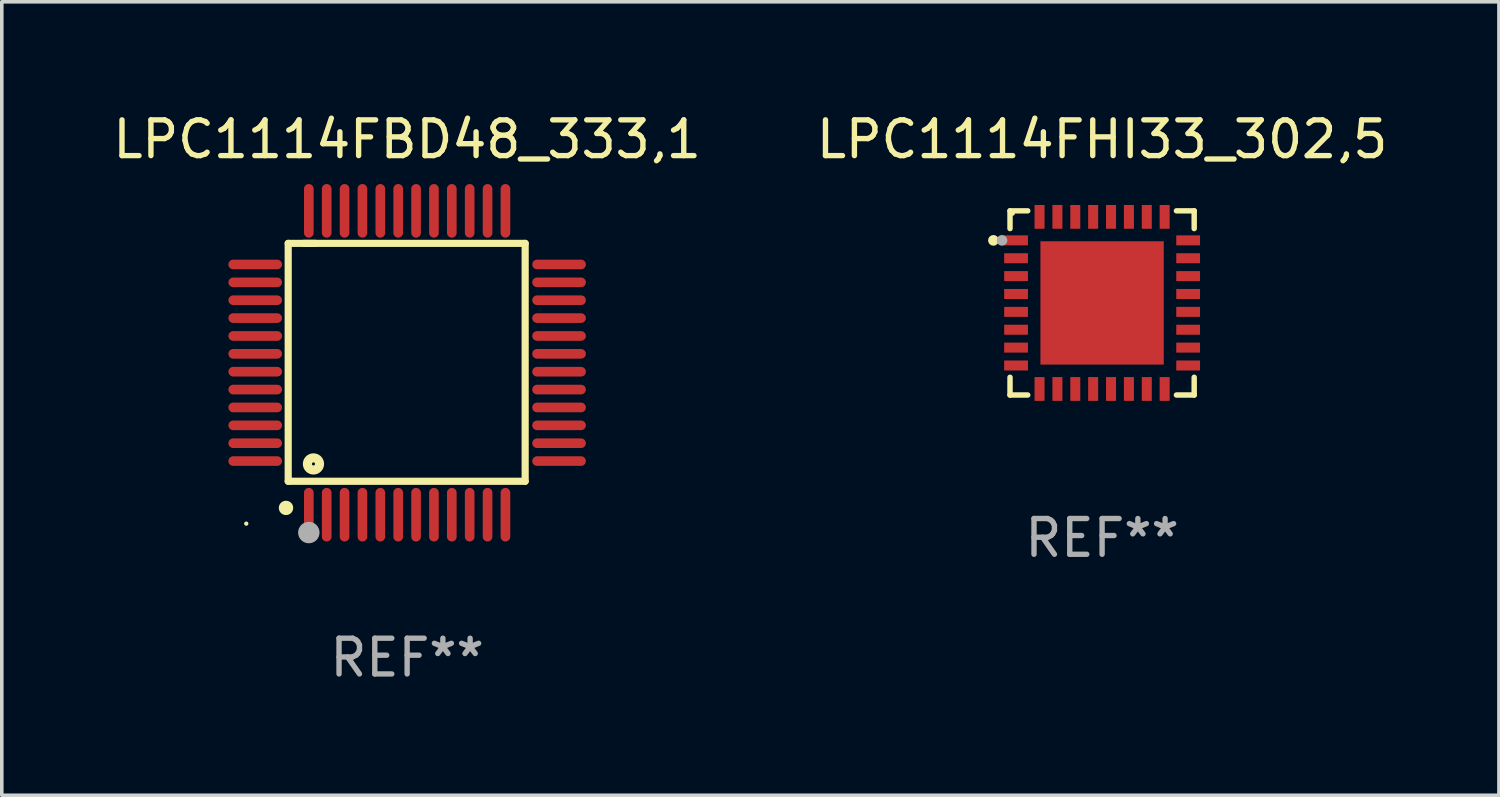
<source format=kicad_pcb>
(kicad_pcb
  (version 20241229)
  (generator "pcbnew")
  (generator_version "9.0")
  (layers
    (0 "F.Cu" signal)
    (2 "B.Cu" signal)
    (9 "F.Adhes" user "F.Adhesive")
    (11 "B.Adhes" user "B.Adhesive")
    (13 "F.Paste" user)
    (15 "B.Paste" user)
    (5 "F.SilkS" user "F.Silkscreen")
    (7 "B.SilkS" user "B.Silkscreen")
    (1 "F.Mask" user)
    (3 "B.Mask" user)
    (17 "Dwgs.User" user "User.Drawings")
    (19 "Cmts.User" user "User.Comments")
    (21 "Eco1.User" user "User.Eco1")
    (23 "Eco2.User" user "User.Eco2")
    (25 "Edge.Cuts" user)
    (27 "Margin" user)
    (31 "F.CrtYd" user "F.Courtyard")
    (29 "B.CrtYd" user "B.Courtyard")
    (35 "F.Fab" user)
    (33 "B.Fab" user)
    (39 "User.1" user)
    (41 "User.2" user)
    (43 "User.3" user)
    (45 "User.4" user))
  (footprint "LPC1114FBD48_333,1"
    (layer "F.Cu")
    (at 8.339 7.098)
    (property "Reference" "LPC1114FBD48_333,1" (at 0 -6.25 0) (layer "F.SilkS") (effects (font (size 1 1) (thickness 0.15))))
    (attr through_hole)
    (fp_line (start -3.327 -3.34) (end -2.565 -3.34) (stroke (width 0.2) (type solid)) (layer "F.SilkS"))
    (fp_line (start -3.327 3.315) (end -3.327 -3.34) (stroke (width 0.2) (type solid)) (layer "F.SilkS"))
    (fp_line (start -2.896 -3.34) (end 3.302 -3.34) (stroke (width 0.2) (type solid)) (layer "F.SilkS"))
    (fp_line (start 3.302 -3.34) (end 3.302 3.315) (stroke (width 0.2) (type solid)) (layer "F.SilkS"))
    (fp_line (start 3.302 3.315) (end -3.327 3.315) (stroke (width 0.2) (type solid)) (layer "F.SilkS"))
    (fp_arc (start -3.389992 4.059995) (mid -3.388722 4.059991) (end -3.387452 4.059995) (stroke (width 0.4) (type solid)) (layer "F.SilkS"))
    (fp_circle (center -4.5 4.5) (end -4.47 4.5) (stroke (width 0.06) (type solid)) (fill no) (layer "F.SilkS"))
    (fp_circle (center -2.62 2.83) (end -2.45 2.83) (stroke (width 0.254) (type solid)) (fill no) (layer "F.SilkS"))
    (fp_circle (center -2.75 4.75) (end -2.6 4.75) (stroke (width 0.3) (type solid)) (fill no) (layer "F.Fab"))
    (fp_text user "REF**" (at 0 8.25 0) (layer "F.Fab") (effects (font (size 1 1) (thickness 0.15))))
    (pad "1" smd oval (at -2.75 4.25) (size 0.27 1.5) (layers "F.Cu" "F.Mask" "F.Paste"))
    (pad "2" smd oval (at -2.25 4.25) (size 0.27 1.5) (layers "F.Cu" "F.Mask" "F.Paste"))
    (pad "3" smd oval (at -1.75 4.25) (size 0.27 1.5) (layers "F.Cu" "F.Mask" "F.Paste"))
    (pad "4" smd oval (at -1.25 4.25) (size 0.27 1.5) (layers "F.Cu" "F.Mask" "F.Paste"))
    (pad "5" smd oval (at -0.75 4.25) (size 0.27 1.5) (layers "F.Cu" "F.Mask" "F.Paste"))
    (pad "6" smd oval (at -0.25 4.25) (size 0.27 1.5) (layers "F.Cu" "F.Mask" "F.Paste"))
    (pad "7" smd oval (at 0.25 4.25) (size 0.27 1.5) (layers "F.Cu" "F.Mask" "F.Paste"))
    (pad "8" smd oval (at 0.75 4.25) (size 0.27 1.5) (layers "F.Cu" "F.Mask" "F.Paste"))
    (pad "9" smd oval (at 1.25 4.25) (size 0.27 1.5) (layers "F.Cu" "F.Mask" "F.Paste"))
    (pad "10" smd oval (at 1.75 4.25) (size 0.27 1.5) (layers "F.Cu" "F.Mask" "F.Paste"))
    (pad "11" smd oval (at 2.25 4.25) (size 0.27 1.5) (layers "F.Cu" "F.Mask" "F.Paste"))
    (pad "12" smd oval (at 2.75 4.25) (size 0.27 1.5) (layers "F.Cu" "F.Mask" "F.Paste"))
    (pad "13" smd oval (at 4.25 2.75) (size 1.5 0.27) (layers "F.Cu" "F.Mask" "F.Paste"))
    (pad "14" smd oval (at 4.25 2.25) (size 1.5 0.27) (layers "F.Cu" "F.Mask" "F.Paste"))
    (pad "15" smd oval (at 4.25 1.75) (size 1.5 0.27) (layers "F.Cu" "F.Mask" "F.Paste"))
    (pad "16" smd oval (at 4.25 1.25) (size 1.5 0.27) (layers "F.Cu" "F.Mask" "F.Paste"))
    (pad "17" smd oval (at 4.25 0.75) (size 1.5 0.27) (layers "F.Cu" "F.Mask" "F.Paste"))
    (pad "18" smd oval (at 4.25 0.25) (size 1.5 0.27) (layers "F.Cu" "F.Mask" "F.Paste"))
    (pad "19" smd oval (at 4.25 -0.25) (size 1.5 0.27) (layers "F.Cu" "F.Mask" "F.Paste"))
    (pad "20" smd oval (at 4.25 -0.75) (size 1.5 0.27) (layers "F.Cu" "F.Mask" "F.Paste"))
    (pad "21" smd oval (at 4.25 -1.25) (size 1.5 0.27) (layers "F.Cu" "F.Mask" "F.Paste"))
    (pad "22" smd oval (at 4.25 -1.75) (size 1.5 0.27) (layers "F.Cu" "F.Mask" "F.Paste"))
    (pad "23" smd oval (at 4.25 -2.25) (size 1.5 0.27) (layers "F.Cu" "F.Mask" "F.Paste"))
    (pad "24" smd oval (at 4.25 -2.75) (size 1.5 0.27) (layers "F.Cu" "F.Mask" "F.Paste"))
    (pad "25" smd oval (at 2.75 -4.25) (size 0.27 1.5) (layers "F.Cu" "F.Mask" "F.Paste"))
    (pad "26" smd oval (at 2.25 -4.25) (size 0.27 1.5) (layers "F.Cu" "F.Mask" "F.Paste"))
    (pad "27" smd oval (at 1.75 -4.25) (size 0.27 1.5) (layers "F.Cu" "F.Mask" "F.Paste"))
    (pad "28" smd oval (at 1.25 -4.25) (size 0.27 1.5) (layers "F.Cu" "F.Mask" "F.Paste"))
    (pad "29" smd oval (at 0.75 -4.25) (size 0.27 1.5) (layers "F.Cu" "F.Mask" "F.Paste"))
    (pad "30" smd oval (at 0.25 -4.25) (size 0.27 1.5) (layers "F.Cu" "F.Mask" "F.Paste"))
    (pad "31" smd oval (at -0.25 -4.25) (size 0.27 1.5) (layers "F.Cu" "F.Mask" "F.Paste"))
    (pad "32" smd oval (at -0.75 -4.25) (size 0.27 1.5) (layers "F.Cu" "F.Mask" "F.Paste"))
    (pad "33" smd oval (at -1.25 -4.25) (size 0.27 1.5) (layers "F.Cu" "F.Mask" "F.Paste"))
    (pad "34" smd oval (at -1.75 -4.25) (size 0.27 1.5) (layers "F.Cu" "F.Mask" "F.Paste"))
    (pad "35" smd oval (at -2.25 -4.25) (size 0.27 1.5) (layers "F.Cu" "F.Mask" "F.Paste"))
    (pad "36" smd oval (at -2.75 -4.25) (size 0.27 1.5) (layers "F.Cu" "F.Mask" "F.Paste"))
    (pad "37" smd oval (at -4.25 -2.75) (size 1.5 0.27) (layers "F.Cu" "F.Mask" "F.Paste"))
    (pad "38" smd oval (at -4.25 -2.25) (size 1.5 0.27) (layers "F.Cu" "F.Mask" "F.Paste"))
    (pad "39" smd oval (at -4.25 -1.75) (size 1.5 0.27) (layers "F.Cu" "F.Mask" "F.Paste"))
    (pad "40" smd oval (at -4.25 -1.25) (size 1.5 0.27) (layers "F.Cu" "F.Mask" "F.Paste"))
    (pad "41" smd oval (at -4.25 -0.75) (size 1.5 0.27) (layers "F.Cu" "F.Mask" "F.Paste"))
    (pad "42" smd oval (at -4.25 -0.25) (size 1.5 0.27) (layers "F.Cu" "F.Mask" "F.Paste"))
    (pad "43" smd oval (at -4.25 0.25) (size 1.5 0.27) (layers "F.Cu" "F.Mask" "F.Paste"))
    (pad "44" smd oval (at -4.25 0.75) (size 1.5 0.27) (layers "F.Cu" "F.Mask" "F.Paste"))
    (pad "45" smd oval (at -4.25 1.25) (size 1.5 0.27) (layers "F.Cu" "F.Mask" "F.Paste"))
    (pad "46" smd oval (at -4.25 1.75) (size 1.5 0.27) (layers "F.Cu" "F.Mask" "F.Paste"))
    (pad "47" smd oval (at -4.25 2.25) (size 1.5 0.27) (layers "F.Cu" "F.Mask" "F.Paste"))
    (pad "48" smd oval (at -4.25 2.75) (size 1.5 0.27) (layers "F.Cu" "F.Mask" "F.Paste")))
  (footprint "LPC1114FHI33_302,5"
    (layer "F.Cu")
    (at 27.78 5.424)
    (property "Reference" "LPC1114FHI33_302,5" (at 0 -4.576 0) (layer "F.SilkS") (effects (font (size 1 1) (thickness 0.15))))
    (attr through_hole)
    (fp_line (start -2.576 -2.576) (end -2.576 -2.08) (stroke (width 0.152) (type solid)) (layer "F.SilkS"))
    (fp_line (start -2.576 2.576) (end -2.576 2.08) (stroke (width 0.152) (type solid)) (layer "F.SilkS"))
    (fp_line (start -2.08 -2.576) (end -2.576 -2.576) (stroke (width 0.152) (type solid)) (layer "F.SilkS"))
    (fp_line (start -2.08 2.576) (end -2.576 2.576) (stroke (width 0.152) (type solid)) (layer "F.SilkS"))
    (fp_line (start 2.08 -2.576) (end 2.576 -2.576) (stroke (width 0.152) (type solid)) (layer "F.SilkS"))
    (fp_line (start 2.08 2.576) (end 2.576 2.576) (stroke (width 0.152) (type solid)) (layer "F.SilkS"))
    (fp_line (start 2.576 -2.576) (end 2.576 -2.08) (stroke (width 0.152) (type solid)) (layer "F.SilkS"))
    (fp_line (start 2.576 2.576) (end 2.576 2.08) (stroke (width 0.152) (type solid)) (layer "F.SilkS"))
    (fp_circle (center -3.04 -1.75) (end -2.965 -1.75) (stroke (width 0.15) (type solid)) (fill no) (layer "F.SilkS"))
    (fp_circle (center -2.5 -2.5) (end -2.47 -2.5) (stroke (width 0.06) (type solid)) (fill no) (layer "F.SilkS"))
    (fp_circle (center -2.8 -1.75) (end -2.725 -1.75) (stroke (width 0.15) (type solid)) (fill no) (layer "F.Fab"))
    (fp_text user "REF**" (at 0 6.576 0) (layer "F.Fab") (effects (font (size 1 1) (thickness 0.15))))
    (pad "1" smd rect (at -2.407 -1.75) (size 0.665 0.28) (layers "F.Cu" "F.Mask" "F.Paste"))
    (pad "2" smd rect (at -2.407 -1.25) (size 0.665 0.28) (layers "F.Cu" "F.Mask" "F.Paste"))
    (pad "3" smd rect (at -2.407 -0.75) (size 0.665 0.28) (layers "F.Cu" "F.Mask" "F.Paste"))
    (pad "4" smd rect (at -2.407 -0.25) (size 0.665 0.28) (layers "F.Cu" "F.Mask" "F.Paste"))
    (pad "5" smd rect (at -2.407 0.25) (size 0.665 0.28) (layers "F.Cu" "F.Mask" "F.Paste"))
    (pad "6" smd rect (at -2.407 0.75) (size 0.665 0.28) (layers "F.Cu" "F.Mask" "F.Paste"))
    (pad "7" smd rect (at -2.407 1.25) (size 0.665 0.28) (layers "F.Cu" "F.Mask" "F.Paste"))
    (pad "8" smd rect (at -2.407 1.75) (size 0.665 0.28) (layers "F.Cu" "F.Mask" "F.Paste"))
    (pad "9" smd rect (at -1.75 2.407) (size 0.28 0.665) (layers "F.Cu" "F.Mask" "F.Paste"))
    (pad "10" smd rect (at -1.25 2.407) (size 0.28 0.665) (layers "F.Cu" "F.Mask" "F.Paste"))
    (pad "11" smd rect (at -0.75 2.407) (size 0.28 0.665) (layers "F.Cu" "F.Mask" "F.Paste"))
    (pad "12" smd rect (at -0.25 2.407) (size 0.28 0.665) (layers "F.Cu" "F.Mask" "F.Paste"))
    (pad "13" smd rect (at 0.25 2.407) (size 0.28 0.665) (layers "F.Cu" "F.Mask" "F.Paste"))
    (pad "14" smd rect (at 0.75 2.407) (size 0.28 0.665) (layers "F.Cu" "F.Mask" "F.Paste"))
    (pad "15" smd rect (at 1.25 2.407) (size 0.28 0.665) (layers "F.Cu" "F.Mask" "F.Paste"))
    (pad "16" smd rect (at 1.75 2.407) (size 0.28 0.665) (layers "F.Cu" "F.Mask" "F.Paste"))
    (pad "17" smd rect (at 2.407 1.75) (size 0.665 0.28) (layers "F.Cu" "F.Mask" "F.Paste"))
    (pad "18" smd rect (at 2.407 1.25) (size 0.665 0.28) (layers "F.Cu" "F.Mask" "F.Paste"))
    (pad "19" smd rect (at 2.407 0.75) (size 0.665 0.28) (layers "F.Cu" "F.Mask" "F.Paste"))
    (pad "20" smd rect (at 2.407 0.25) (size 0.665 0.28) (layers "F.Cu" "F.Mask" "F.Paste"))
    (pad "21" smd rect (at 2.407 -0.25) (size 0.665 0.28) (layers "F.Cu" "F.Mask" "F.Paste"))
    (pad "22" smd rect (at 2.407 -0.75) (size 0.665 0.28) (layers "F.Cu" "F.Mask" "F.Paste"))
    (pad "23" smd rect (at 2.407 -1.25) (size 0.665 0.28) (layers "F.Cu" "F.Mask" "F.Paste"))
    (pad "24" smd rect (at 2.407 -1.75) (size 0.665 0.28) (layers "F.Cu" "F.Mask" "F.Paste"))
    (pad "25" smd rect (at 1.75 -2.407) (size 0.28 0.665) (layers "F.Cu" "F.Mask" "F.Paste"))
    (pad "26" smd rect (at 1.25 -2.407) (size 0.28 0.665) (layers "F.Cu" "F.Mask" "F.Paste"))
    (pad "27" smd rect (at 0.75 -2.407) (size 0.28 0.665) (layers "F.Cu" "F.Mask" "F.Paste"))
    (pad "28" smd rect (at 0.25 -2.407) (size 0.28 0.665) (layers "F.Cu" "F.Mask" "F.Paste"))
    (pad "29" smd rect (at -0.25 -2.407) (size 0.28 0.665) (layers "F.Cu" "F.Mask" "F.Paste"))
    (pad "30" smd rect (at -0.75 -2.407) (size 0.28 0.665) (layers "F.Cu" "F.Mask" "F.Paste"))
    (pad "31" smd rect (at -1.25 -2.407) (size 0.28 0.665) (layers "F.Cu" "F.Mask" "F.Paste"))
    (pad "32" smd rect (at -1.75 -2.407) (size 0.28 0.665) (layers "F.Cu" "F.Mask" "F.Paste"))
    (pad "33" smd rect (at 0 0) (size 3.45 3.45) (layers "F.Cu" "F.Mask" "F.Paste")))
  (gr_rect
    (start -3 -3)
    (end 38.881 19.196)
    (stroke (width 0.1) (type default))
    (fill no)
    (layer "Edge.Cuts")))
</source>
